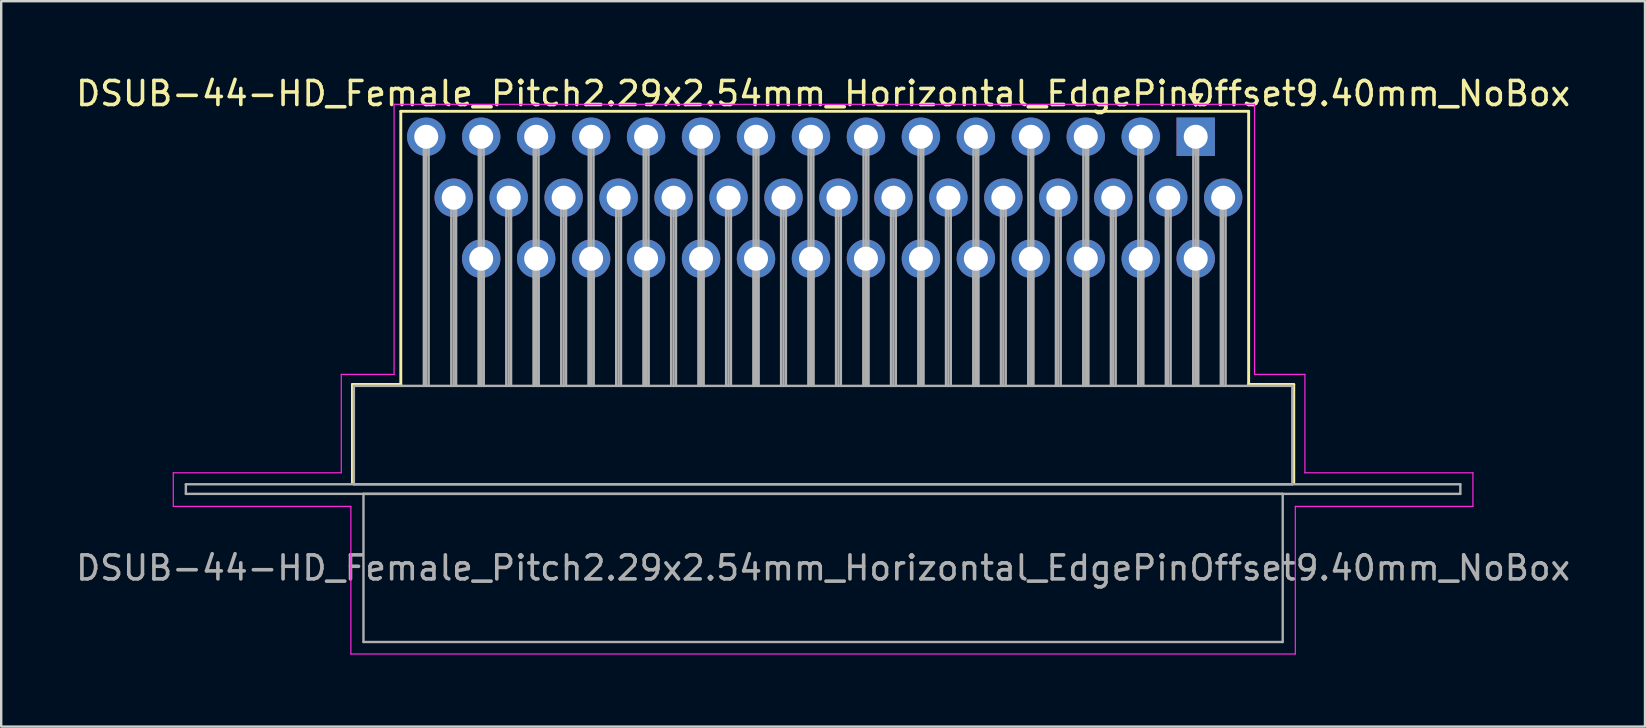
<source format=kicad_pcb>
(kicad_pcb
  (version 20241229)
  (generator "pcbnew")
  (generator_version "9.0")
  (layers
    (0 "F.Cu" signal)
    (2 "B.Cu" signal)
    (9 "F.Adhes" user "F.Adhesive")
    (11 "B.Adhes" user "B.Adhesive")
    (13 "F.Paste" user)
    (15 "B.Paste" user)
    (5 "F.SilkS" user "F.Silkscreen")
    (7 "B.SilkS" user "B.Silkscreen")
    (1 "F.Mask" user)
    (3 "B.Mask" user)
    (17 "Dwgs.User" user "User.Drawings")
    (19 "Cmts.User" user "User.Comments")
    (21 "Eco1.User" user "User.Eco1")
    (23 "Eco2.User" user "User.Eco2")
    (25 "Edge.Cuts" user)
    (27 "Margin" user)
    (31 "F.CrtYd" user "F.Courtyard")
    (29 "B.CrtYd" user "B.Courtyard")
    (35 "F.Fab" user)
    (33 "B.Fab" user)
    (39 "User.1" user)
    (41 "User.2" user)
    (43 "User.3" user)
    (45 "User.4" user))
  (footprint "DSUB-44-HD_Female_Pitch2.29x2.54mm_Horizontal_EdgePinOffset9.40mm_NoBox"
    (layer "F.Cu")
    (at 46.769 2.648)
    (property "Reference" "DSUB-44-HD_Female_Pitch2.29x2.54mm_Horizontal_EdgePinOffset9.40mm_NoBox" (at -15.525 -1.8 0) (layer "F.SilkS") (effects (font (size 1 1) (thickness 0.15))))
    (attr through_hole)
    (fp_line (start -35.135 10.32) (end -33.12 10.32) (stroke (width 0.12) (type solid)) (layer "F.SilkS"))
    (fp_line (start -35.135 14.42) (end -35.135 10.32) (stroke (width 0.12) (type solid)) (layer "F.SilkS"))
    (fp_line (start -33.12 -1.06) (end 2.205 -1.06) (stroke (width 0.12) (type solid)) (layer "F.SilkS"))
    (fp_line (start -33.12 10.32) (end -33.12 -1.06) (stroke (width 0.12) (type solid)) (layer "F.SilkS"))
    (fp_line (start -0.25 -1.754) (end 0.25 -1.754) (stroke (width 0.12) (type solid)) (layer "F.SilkS"))
    (fp_line (start 0 -1.321) (end -0.25 -1.754) (stroke (width 0.12) (type solid)) (layer "F.SilkS"))
    (fp_line (start 0.25 -1.754) (end 0 -1.321) (stroke (width 0.12) (type solid)) (layer "F.SilkS"))
    (fp_line (start 2.205 -1.06) (end 2.205 10.32) (stroke (width 0.12) (type solid)) (layer "F.SilkS"))
    (fp_line (start 2.205 10.32) (end 4.085 10.32) (stroke (width 0.12) (type solid)) (layer "F.SilkS"))
    (fp_line (start 4.085 10.32) (end 4.085 14.42) (stroke (width 0.12) (type solid)) (layer "F.SilkS"))
    (fp_line (start -42.6 14) (end -35.6 14) (stroke (width 0.05) (type solid)) (layer "F.CrtYd"))
    (fp_line (start -42.6 15.4) (end -42.6 14) (stroke (width 0.05) (type solid)) (layer "F.CrtYd"))
    (fp_line (start -35.6 9.9) (end -33.4 9.9) (stroke (width 0.05) (type solid)) (layer "F.CrtYd"))
    (fp_line (start -35.6 14) (end -35.6 9.9) (stroke (width 0.05) (type solid)) (layer "F.CrtYd"))
    (fp_line (start -35.2 15.4) (end -42.6 15.4) (stroke (width 0.05) (type solid)) (layer "F.CrtYd"))
    (fp_line (start -35.2 21.55) (end -35.2 15.4) (stroke (width 0.05) (type solid)) (layer "F.CrtYd"))
    (fp_line (start -33.4 -1.35) (end 2.45 -1.35) (stroke (width 0.05) (type solid)) (layer "F.CrtYd"))
    (fp_line (start -33.4 9.9) (end -33.4 -1.35) (stroke (width 0.05) (type solid)) (layer "F.CrtYd"))
    (fp_line (start 2.45 -1.35) (end 2.45 9.9) (stroke (width 0.05) (type solid)) (layer "F.CrtYd"))
    (fp_line (start 2.45 9.9) (end 4.55 9.9) (stroke (width 0.05) (type solid)) (layer "F.CrtYd"))
    (fp_line (start 4.15 15.4) (end 4.15 21.55) (stroke (width 0.05) (type solid)) (layer "F.CrtYd"))
    (fp_line (start 4.15 21.55) (end -35.2 21.55) (stroke (width 0.05) (type solid)) (layer "F.CrtYd"))
    (fp_line (start 4.55 9.9) (end 4.55 14) (stroke (width 0.05) (type solid)) (layer "F.CrtYd"))
    (fp_line (start 4.55 14) (end 11.55 14) (stroke (width 0.05) (type solid)) (layer "F.CrtYd"))
    (fp_line (start 11.55 14) (end 11.55 15.4) (stroke (width 0.05) (type solid)) (layer "F.CrtYd"))
    (fp_line (start 11.55 15.4) (end 4.15 15.4) (stroke (width 0.05) (type solid)) (layer "F.CrtYd"))
    (fp_line (start -42.075 14.48) (end -42.075 14.88) (stroke (width 0.1) (type solid)) (layer "F.Fab"))
    (fp_line (start -42.075 14.88) (end 11.025 14.88) (stroke (width 0.1) (type solid)) (layer "F.Fab"))
    (fp_line (start -35.075 10.38) (end -35.075 14.48) (stroke (width 0.1) (type solid)) (layer "F.Fab"))
    (fp_line (start -35.075 14.48) (end 4.025 14.48) (stroke (width 0.1) (type solid)) (layer "F.Fab"))
    (fp_line (start -34.675 14.88) (end -34.675 21.05) (stroke (width 0.1) (type solid)) (layer "F.Fab"))
    (fp_line (start -34.675 21.05) (end 3.625 21.05) (stroke (width 0.1) (type solid)) (layer "F.Fab"))
    (fp_line (start -32.16 0) (end -32.16 10.38) (stroke (width 0.1) (type solid)) (layer "F.Fab"))
    (fp_line (start -32.06 0) (end -32.06 10.38) (stroke (width 0.1) (type solid)) (layer "F.Fab"))
    (fp_line (start -31.96 0) (end -31.96 10.38) (stroke (width 0.1) (type solid)) (layer "F.Fab"))
    (fp_line (start -31.015 2.54) (end -31.015 10.38) (stroke (width 0.1) (type solid)) (layer "F.Fab"))
    (fp_line (start -30.915 2.54) (end -30.915 10.38) (stroke (width 0.1) (type solid)) (layer "F.Fab"))
    (fp_line (start -30.815 2.54) (end -30.815 10.38) (stroke (width 0.1) (type solid)) (layer "F.Fab"))
    (fp_line (start -29.87 0) (end -29.87 10.38) (stroke (width 0.1) (type solid)) (layer "F.Fab"))
    (fp_line (start -29.87 5.08) (end -29.87 10.38) (stroke (width 0.1) (type solid)) (layer "F.Fab"))
    (fp_line (start -29.77 0) (end -29.77 10.38) (stroke (width 0.1) (type solid)) (layer "F.Fab"))
    (fp_line (start -29.77 5.08) (end -29.77 10.38) (stroke (width 0.1) (type solid)) (layer "F.Fab"))
    (fp_line (start -29.67 0) (end -29.67 10.38) (stroke (width 0.1) (type solid)) (layer "F.Fab"))
    (fp_line (start -29.67 5.08) (end -29.67 10.38) (stroke (width 0.1) (type solid)) (layer "F.Fab"))
    (fp_line (start -28.725 2.54) (end -28.725 10.38) (stroke (width 0.1) (type solid)) (layer "F.Fab"))
    (fp_line (start -28.625 2.54) (end -28.625 10.38) (stroke (width 0.1) (type solid)) (layer "F.Fab"))
    (fp_line (start -28.525 2.54) (end -28.525 10.38) (stroke (width 0.1) (type solid)) (layer "F.Fab"))
    (fp_line (start -27.58 0) (end -27.58 10.38) (stroke (width 0.1) (type solid)) (layer "F.Fab"))
    (fp_line (start -27.58 5.08) (end -27.58 10.38) (stroke (width 0.1) (type solid)) (layer "F.Fab"))
    (fp_line (start -27.48 0) (end -27.48 10.38) (stroke (width 0.1) (type solid)) (layer "F.Fab"))
    (fp_line (start -27.48 5.08) (end -27.48 10.38) (stroke (width 0.1) (type solid)) (layer "F.Fab"))
    (fp_line (start -27.38 0) (end -27.38 10.38) (stroke (width 0.1) (type solid)) (layer "F.Fab"))
    (fp_line (start -27.38 5.08) (end -27.38 10.38) (stroke (width 0.1) (type solid)) (layer "F.Fab"))
    (fp_line (start -26.435 2.54) (end -26.435 10.38) (stroke (width 0.1) (type solid)) (layer "F.Fab"))
    (fp_line (start -26.335 2.54) (end -26.335 10.38) (stroke (width 0.1) (type solid)) (layer "F.Fab"))
    (fp_line (start -26.235 2.54) (end -26.235 10.38) (stroke (width 0.1) (type solid)) (layer "F.Fab"))
    (fp_line (start -25.29 0) (end -25.29 10.38) (stroke (width 0.1) (type solid)) (layer "F.Fab"))
    (fp_line (start -25.29 5.08) (end -25.29 10.38) (stroke (width 0.1) (type solid)) (layer "F.Fab"))
    (fp_line (start -25.19 0) (end -25.19 10.38) (stroke (width 0.1) (type solid)) (layer "F.Fab"))
    (fp_line (start -25.19 5.08) (end -25.19 10.38) (stroke (width 0.1) (type solid)) (layer "F.Fab"))
    (fp_line (start -25.09 0) (end -25.09 10.38) (stroke (width 0.1) (type solid)) (layer "F.Fab"))
    (fp_line (start -25.09 5.08) (end -25.09 10.38) (stroke (width 0.1) (type solid)) (layer "F.Fab"))
    (fp_line (start -24.145 2.54) (end -24.145 10.38) (stroke (width 0.1) (type solid)) (layer "F.Fab"))
    (fp_line (start -24.045 2.54) (end -24.045 10.38) (stroke (width 0.1) (type solid)) (layer "F.Fab"))
    (fp_line (start -23.945 2.54) (end -23.945 10.38) (stroke (width 0.1) (type solid)) (layer "F.Fab"))
    (fp_line (start -23 0) (end -23 10.38) (stroke (width 0.1) (type solid)) (layer "F.Fab"))
    (fp_line (start -23 5.08) (end -23 10.38) (stroke (width 0.1) (type solid)) (layer "F.Fab"))
    (fp_line (start -22.9 0) (end -22.9 10.38) (stroke (width 0.1) (type solid)) (layer "F.Fab"))
    (fp_line (start -22.9 5.08) (end -22.9 10.38) (stroke (width 0.1) (type solid)) (layer "F.Fab"))
    (fp_line (start -22.8 0) (end -22.8 10.38) (stroke (width 0.1) (type solid)) (layer "F.Fab"))
    (fp_line (start -22.8 5.08) (end -22.8 10.38) (stroke (width 0.1) (type solid)) (layer "F.Fab"))
    (fp_line (start -21.855 2.54) (end -21.855 10.38) (stroke (width 0.1) (type solid)) (layer "F.Fab"))
    (fp_line (start -21.755 2.54) (end -21.755 10.38) (stroke (width 0.1) (type solid)) (layer "F.Fab"))
    (fp_line (start -21.655 2.54) (end -21.655 10.38) (stroke (width 0.1) (type solid)) (layer "F.Fab"))
    (fp_line (start -20.71 0) (end -20.71 10.38) (stroke (width 0.1) (type solid)) (layer "F.Fab"))
    (fp_line (start -20.71 5.08) (end -20.71 10.38) (stroke (width 0.1) (type solid)) (layer "F.Fab"))
    (fp_line (start -20.61 0) (end -20.61 10.38) (stroke (width 0.1) (type solid)) (layer "F.Fab"))
    (fp_line (start -20.61 5.08) (end -20.61 10.38) (stroke (width 0.1) (type solid)) (layer "F.Fab"))
    (fp_line (start -20.51 0) (end -20.51 10.38) (stroke (width 0.1) (type solid)) (layer "F.Fab"))
    (fp_line (start -20.51 5.08) (end -20.51 10.38) (stroke (width 0.1) (type solid)) (layer "F.Fab"))
    (fp_line (start -19.565 2.54) (end -19.565 10.38) (stroke (width 0.1) (type solid)) (layer "F.Fab"))
    (fp_line (start -19.465 2.54) (end -19.465 10.38) (stroke (width 0.1) (type solid)) (layer "F.Fab"))
    (fp_line (start -19.365 2.54) (end -19.365 10.38) (stroke (width 0.1) (type solid)) (layer "F.Fab"))
    (fp_line (start -18.42 0) (end -18.42 10.38) (stroke (width 0.1) (type solid)) (layer "F.Fab"))
    (fp_line (start -18.42 5.08) (end -18.42 10.38) (stroke (width 0.1) (type solid)) (layer "F.Fab"))
    (fp_line (start -18.32 0) (end -18.32 10.38) (stroke (width 0.1) (type solid)) (layer "F.Fab"))
    (fp_line (start -18.32 5.08) (end -18.32 10.38) (stroke (width 0.1) (type solid)) (layer "F.Fab"))
    (fp_line (start -18.22 0) (end -18.22 10.38) (stroke (width 0.1) (type solid)) (layer "F.Fab"))
    (fp_line (start -18.22 5.08) (end -18.22 10.38) (stroke (width 0.1) (type solid)) (layer "F.Fab"))
    (fp_line (start -17.275 2.54) (end -17.275 10.38) (stroke (width 0.1) (type solid)) (layer "F.Fab"))
    (fp_line (start -17.175 2.54) (end -17.175 10.38) (stroke (width 0.1) (type solid)) (layer "F.Fab"))
    (fp_line (start -17.075 2.54) (end -17.075 10.38) (stroke (width 0.1) (type solid)) (layer "F.Fab"))
    (fp_line (start -16.13 0) (end -16.13 10.38) (stroke (width 0.1) (type solid)) (layer "F.Fab"))
    (fp_line (start -16.13 5.08) (end -16.13 10.38) (stroke (width 0.1) (type solid)) (layer "F.Fab"))
    (fp_line (start -16.03 0) (end -16.03 10.38) (stroke (width 0.1) (type solid)) (layer "F.Fab"))
    (fp_line (start -16.03 5.08) (end -16.03 10.38) (stroke (width 0.1) (type solid)) (layer "F.Fab"))
    (fp_line (start -15.93 0) (end -15.93 10.38) (stroke (width 0.1) (type solid)) (layer "F.Fab"))
    (fp_line (start -15.93 5.08) (end -15.93 10.38) (stroke (width 0.1) (type solid)) (layer "F.Fab"))
    (fp_line (start -14.985 2.54) (end -14.985 10.38) (stroke (width 0.1) (type solid)) (layer "F.Fab"))
    (fp_line (start -14.885 2.54) (end -14.885 10.38) (stroke (width 0.1) (type solid)) (layer "F.Fab"))
    (fp_line (start -14.785 2.54) (end -14.785 10.38) (stroke (width 0.1) (type solid)) (layer "F.Fab"))
    (fp_line (start -13.84 0) (end -13.84 10.38) (stroke (width 0.1) (type solid)) (layer "F.Fab"))
    (fp_line (start -13.84 5.08) (end -13.84 10.38) (stroke (width 0.1) (type solid)) (layer "F.Fab"))
    (fp_line (start -13.74 0) (end -13.74 10.38) (stroke (width 0.1) (type solid)) (layer "F.Fab"))
    (fp_line (start -13.74 5.08) (end -13.74 10.38) (stroke (width 0.1) (type solid)) (layer "F.Fab"))
    (fp_line (start -13.64 0) (end -13.64 10.38) (stroke (width 0.1) (type solid)) (layer "F.Fab"))
    (fp_line (start -13.64 5.08) (end -13.64 10.38) (stroke (width 0.1) (type solid)) (layer "F.Fab"))
    (fp_line (start -12.695 2.54) (end -12.695 10.38) (stroke (width 0.1) (type solid)) (layer "F.Fab"))
    (fp_line (start -12.595 2.54) (end -12.595 10.38) (stroke (width 0.1) (type solid)) (layer "F.Fab"))
    (fp_line (start -12.495 2.54) (end -12.495 10.38) (stroke (width 0.1) (type solid)) (layer "F.Fab"))
    (fp_line (start -11.55 0) (end -11.55 10.38) (stroke (width 0.1) (type solid)) (layer "F.Fab"))
    (fp_line (start -11.55 5.08) (end -11.55 10.38) (stroke (width 0.1) (type solid)) (layer "F.Fab"))
    (fp_line (start -11.45 0) (end -11.45 10.38) (stroke (width 0.1) (type solid)) (layer "F.Fab"))
    (fp_line (start -11.45 5.08) (end -11.45 10.38) (stroke (width 0.1) (type solid)) (layer "F.Fab"))
    (fp_line (start -11.35 0) (end -11.35 10.38) (stroke (width 0.1) (type solid)) (layer "F.Fab"))
    (fp_line (start -11.35 5.08) (end -11.35 10.38) (stroke (width 0.1) (type solid)) (layer "F.Fab"))
    (fp_line (start -10.405 2.54) (end -10.405 10.38) (stroke (width 0.1) (type solid)) (layer "F.Fab"))
    (fp_line (start -10.305 2.54) (end -10.305 10.38) (stroke (width 0.1) (type solid)) (layer "F.Fab"))
    (fp_line (start -10.205 2.54) (end -10.205 10.38) (stroke (width 0.1) (type solid)) (layer "F.Fab"))
    (fp_line (start -9.26 0) (end -9.26 10.38) (stroke (width 0.1) (type solid)) (layer "F.Fab"))
    (fp_line (start -9.26 5.08) (end -9.26 10.38) (stroke (width 0.1) (type solid)) (layer "F.Fab"))
    (fp_line (start -9.16 0) (end -9.16 10.38) (stroke (width 0.1) (type solid)) (layer "F.Fab"))
    (fp_line (start -9.16 5.08) (end -9.16 10.38) (stroke (width 0.1) (type solid)) (layer "F.Fab"))
    (fp_line (start -9.06 0) (end -9.06 10.38) (stroke (width 0.1) (type solid)) (layer "F.Fab"))
    (fp_line (start -9.06 5.08) (end -9.06 10.38) (stroke (width 0.1) (type solid)) (layer "F.Fab"))
    (fp_line (start -8.115 2.54) (end -8.115 10.38) (stroke (width 0.1) (type solid)) (layer "F.Fab"))
    (fp_line (start -8.015 2.54) (end -8.015 10.38) (stroke (width 0.1) (type solid)) (layer "F.Fab"))
    (fp_line (start -7.915 2.54) (end -7.915 10.38) (stroke (width 0.1) (type solid)) (layer "F.Fab"))
    (fp_line (start -6.97 0) (end -6.97 10.38) (stroke (width 0.1) (type solid)) (layer "F.Fab"))
    (fp_line (start -6.97 5.08) (end -6.97 10.38) (stroke (width 0.1) (type solid)) (layer "F.Fab"))
    (fp_line (start -6.87 0) (end -6.87 10.38) (stroke (width 0.1) (type solid)) (layer "F.Fab"))
    (fp_line (start -6.87 5.08) (end -6.87 10.38) (stroke (width 0.1) (type solid)) (layer "F.Fab"))
    (fp_line (start -6.77 0) (end -6.77 10.38) (stroke (width 0.1) (type solid)) (layer "F.Fab"))
    (fp_line (start -6.77 5.08) (end -6.77 10.38) (stroke (width 0.1) (type solid)) (layer "F.Fab"))
    (fp_line (start -5.825 2.54) (end -5.825 10.38) (stroke (width 0.1) (type solid)) (layer "F.Fab"))
    (fp_line (start -5.725 2.54) (end -5.725 10.38) (stroke (width 0.1) (type solid)) (layer "F.Fab"))
    (fp_line (start -5.625 2.54) (end -5.625 10.38) (stroke (width 0.1) (type solid)) (layer "F.Fab"))
    (fp_line (start -4.68 0) (end -4.68 10.38) (stroke (width 0.1) (type solid)) (layer "F.Fab"))
    (fp_line (start -4.68 5.08) (end -4.68 10.38) (stroke (width 0.1) (type solid)) (layer "F.Fab"))
    (fp_line (start -4.58 0) (end -4.58 10.38) (stroke (width 0.1) (type solid)) (layer "F.Fab"))
    (fp_line (start -4.58 5.08) (end -4.58 10.38) (stroke (width 0.1) (type solid)) (layer "F.Fab"))
    (fp_line (start -4.48 0) (end -4.48 10.38) (stroke (width 0.1) (type solid)) (layer "F.Fab"))
    (fp_line (start -4.48 5.08) (end -4.48 10.38) (stroke (width 0.1) (type solid)) (layer "F.Fab"))
    (fp_line (start -3.535 2.54) (end -3.535 10.38) (stroke (width 0.1) (type solid)) (layer "F.Fab"))
    (fp_line (start -3.435 2.54) (end -3.435 10.38) (stroke (width 0.1) (type solid)) (layer "F.Fab"))
    (fp_line (start -3.335 2.54) (end -3.335 10.38) (stroke (width 0.1) (type solid)) (layer "F.Fab"))
    (fp_line (start -2.39 0) (end -2.39 10.38) (stroke (width 0.1) (type solid)) (layer "F.Fab"))
    (fp_line (start -2.39 5.08) (end -2.39 10.38) (stroke (width 0.1) (type solid)) (layer "F.Fab"))
    (fp_line (start -2.29 0) (end -2.29 10.38) (stroke (width 0.1) (type solid)) (layer "F.Fab"))
    (fp_line (start -2.29 5.08) (end -2.29 10.38) (stroke (width 0.1) (type solid)) (layer "F.Fab"))
    (fp_line (start -2.19 0) (end -2.19 10.38) (stroke (width 0.1) (type solid)) (layer "F.Fab"))
    (fp_line (start -2.19 5.08) (end -2.19 10.38) (stroke (width 0.1) (type solid)) (layer "F.Fab"))
    (fp_line (start -1.245 2.54) (end -1.245 10.38) (stroke (width 0.1) (type solid)) (layer "F.Fab"))
    (fp_line (start -1.145 2.54) (end -1.145 10.38) (stroke (width 0.1) (type solid)) (layer "F.Fab"))
    (fp_line (start -1.045 2.54) (end -1.045 10.38) (stroke (width 0.1) (type solid)) (layer "F.Fab"))
    (fp_line (start -0.1 0) (end -0.1 10.38) (stroke (width 0.1) (type solid)) (layer "F.Fab"))
    (fp_line (start -0.1 5.08) (end -0.1 10.38) (stroke (width 0.1) (type solid)) (layer "F.Fab"))
    (fp_line (start 0 0) (end 0 10.38) (stroke (width 0.1) (type solid)) (layer "F.Fab"))
    (fp_line (start 0 5.08) (end 0 10.38) (stroke (width 0.1) (type solid)) (layer "F.Fab"))
    (fp_line (start 0.1 0) (end 0.1 10.38) (stroke (width 0.1) (type solid)) (layer "F.Fab"))
    (fp_line (start 0.1 5.08) (end 0.1 10.38) (stroke (width 0.1) (type solid)) (layer "F.Fab"))
    (fp_line (start 1.045 2.54) (end 1.045 10.38) (stroke (width 0.1) (type solid)) (layer "F.Fab"))
    (fp_line (start 1.145 2.54) (end 1.145 10.38) (stroke (width 0.1) (type solid)) (layer "F.Fab"))
    (fp_line (start 1.245 2.54) (end 1.245 10.38) (stroke (width 0.1) (type solid)) (layer "F.Fab"))
    (fp_line (start 3.625 14.88) (end -34.675 14.88) (stroke (width 0.1) (type solid)) (layer "F.Fab"))
    (fp_line (start 3.625 21.05) (end 3.625 14.88) (stroke (width 0.1) (type solid)) (layer "F.Fab"))
    (fp_line (start 4.025 10.38) (end -35.075 10.38) (stroke (width 0.1) (type solid)) (layer "F.Fab"))
    (fp_line (start 4.025 14.48) (end 4.025 10.38) (stroke (width 0.1) (type solid)) (layer "F.Fab"))
    (fp_line (start 11.025 14.48) (end -42.075 14.48) (stroke (width 0.1) (type solid)) (layer "F.Fab"))
    (fp_line (start 11.025 14.88) (end 11.025 14.48) (stroke (width 0.1) (type solid)) (layer "F.Fab"))
    (fp_text user "${REFERENCE}" (at -15.525 17.965 0) (layer "F.Fab") (effects (font (size 1 1) (thickness 0.15))))
    (pad "1" thru_hole rect (at 0 0) (size 1.6 1.6) (drill 1) (layers "*.Cu" "*.Mask"))
    (pad "2" thru_hole circle (at -2.29 0) (size 1.6 1.6) (drill 1) (layers "*.Cu" "*.Mask"))
    (pad "3" thru_hole circle (at -4.58 0) (size 1.6 1.6) (drill 1) (layers "*.Cu" "*.Mask"))
    (pad "4" thru_hole circle (at -6.87 0) (size 1.6 1.6) (drill 1) (layers "*.Cu" "*.Mask"))
    (pad "5" thru_hole circle (at -9.16 0) (size 1.6 1.6) (drill 1) (layers "*.Cu" "*.Mask"))
    (pad "6" thru_hole circle (at -11.45 0) (size 1.6 1.6) (drill 1) (layers "*.Cu" "*.Mask"))
    (pad "7" thru_hole circle (at -13.74 0) (size 1.6 1.6) (drill 1) (layers "*.Cu" "*.Mask"))
    (pad "8" thru_hole circle (at -16.03 0) (size 1.6 1.6) (drill 1) (layers "*.Cu" "*.Mask"))
    (pad "9" thru_hole circle (at -18.32 0) (size 1.6 1.6) (drill 1) (layers "*.Cu" "*.Mask"))
    (pad "10" thru_hole circle (at -20.61 0) (size 1.6 1.6) (drill 1) (layers "*.Cu" "*.Mask"))
    (pad "11" thru_hole circle (at -22.9 0) (size 1.6 1.6) (drill 1) (layers "*.Cu" "*.Mask"))
    (pad "12" thru_hole circle (at -25.19 0) (size 1.6 1.6) (drill 1) (layers "*.Cu" "*.Mask"))
    (pad "13" thru_hole circle (at -27.48 0) (size 1.6 1.6) (drill 1) (layers "*.Cu" "*.Mask"))
    (pad "14" thru_hole circle (at -29.77 0) (size 1.6 1.6) (drill 1) (layers "*.Cu" "*.Mask"))
    (pad "15" thru_hole circle (at -32.06 0) (size 1.6 1.6) (drill 1) (layers "*.Cu" "*.Mask"))
    (pad "16" thru_hole circle (at 1.145 2.54) (size 1.6 1.6) (drill 1) (layers "*.Cu" "*.Mask"))
    (pad "17" thru_hole circle (at -1.145 2.54) (size 1.6 1.6) (drill 1) (layers "*.Cu" "*.Mask"))
    (pad "18" thru_hole circle (at -3.435 2.54) (size 1.6 1.6) (drill 1) (layers "*.Cu" "*.Mask"))
    (pad "19" thru_hole circle (at -5.725 2.54) (size 1.6 1.6) (drill 1) (layers "*.Cu" "*.Mask"))
    (pad "20" thru_hole circle (at -8.015 2.54) (size 1.6 1.6) (drill 1) (layers "*.Cu" "*.Mask"))
    (pad "21" thru_hole circle (at -10.305 2.54) (size 1.6 1.6) (drill 1) (layers "*.Cu" "*.Mask"))
    (pad "22" thru_hole circle (at -12.595 2.54) (size 1.6 1.6) (drill 1) (layers "*.Cu" "*.Mask"))
    (pad "23" thru_hole circle (at -14.885 2.54) (size 1.6 1.6) (drill 1) (layers "*.Cu" "*.Mask"))
    (pad "24" thru_hole circle (at -17.175 2.54) (size 1.6 1.6) (drill 1) (layers "*.Cu" "*.Mask"))
    (pad "25" thru_hole circle (at -19.465 2.54) (size 1.6 1.6) (drill 1) (layers "*.Cu" "*.Mask"))
    (pad "26" thru_hole circle (at -21.755 2.54) (size 1.6 1.6) (drill 1) (layers "*.Cu" "*.Mask"))
    (pad "27" thru_hole circle (at -24.045 2.54) (size 1.6 1.6) (drill 1) (layers "*.Cu" "*.Mask"))
    (pad "28" thru_hole circle (at -26.335 2.54) (size 1.6 1.6) (drill 1) (layers "*.Cu" "*.Mask"))
    (pad "29" thru_hole circle (at -28.625 2.54) (size 1.6 1.6) (drill 1) (layers "*.Cu" "*.Mask"))
    (pad "30" thru_hole circle (at -30.915 2.54) (size 1.6 1.6) (drill 1) (layers "*.Cu" "*.Mask"))
    (pad "31" thru_hole circle (at 0 5.08) (size 1.6 1.6) (drill 1) (layers "*.Cu" "*.Mask"))
    (pad "32" thru_hole circle (at -2.29 5.08) (size 1.6 1.6) (drill 1) (layers "*.Cu" "*.Mask"))
    (pad "33" thru_hole circle (at -4.58 5.08) (size 1.6 1.6) (drill 1) (layers "*.Cu" "*.Mask"))
    (pad "34" thru_hole circle (at -6.87 5.08) (size 1.6 1.6) (drill 1) (layers "*.Cu" "*.Mask"))
    (pad "35" thru_hole circle (at -9.16 5.08) (size 1.6 1.6) (drill 1) (layers "*.Cu" "*.Mask"))
    (pad "36" thru_hole circle (at -11.45 5.08) (size 1.6 1.6) (drill 1) (layers "*.Cu" "*.Mask"))
    (pad "37" thru_hole circle (at -13.74 5.08) (size 1.6 1.6) (drill 1) (layers "*.Cu" "*.Mask"))
    (pad "38" thru_hole circle (at -16.03 5.08) (size 1.6 1.6) (drill 1) (layers "*.Cu" "*.Mask"))
    (pad "39" thru_hole circle (at -18.32 5.08) (size 1.6 1.6) (drill 1) (layers "*.Cu" "*.Mask"))
    (pad "40" thru_hole circle (at -20.61 5.08) (size 1.6 1.6) (drill 1) (layers "*.Cu" "*.Mask"))
    (pad "41" thru_hole circle (at -22.9 5.08) (size 1.6 1.6) (drill 1) (layers "*.Cu" "*.Mask"))
    (pad "42" thru_hole circle (at -25.19 5.08) (size 1.6 1.6) (drill 1) (layers "*.Cu" "*.Mask"))
    (pad "43" thru_hole circle (at -27.48 5.08) (size 1.6 1.6) (drill 1) (layers "*.Cu" "*.Mask"))
    (pad "44" thru_hole circle (at -29.77 5.08) (size 1.6 1.6) (drill 1) (layers "*.Cu" "*.Mask")))
  (gr_rect
    (start -3 -3)
    (end 65.488 27.223)
    (stroke (width 0.1) (type default))
    (fill no)
    (layer "Edge.Cuts")))
</source>
